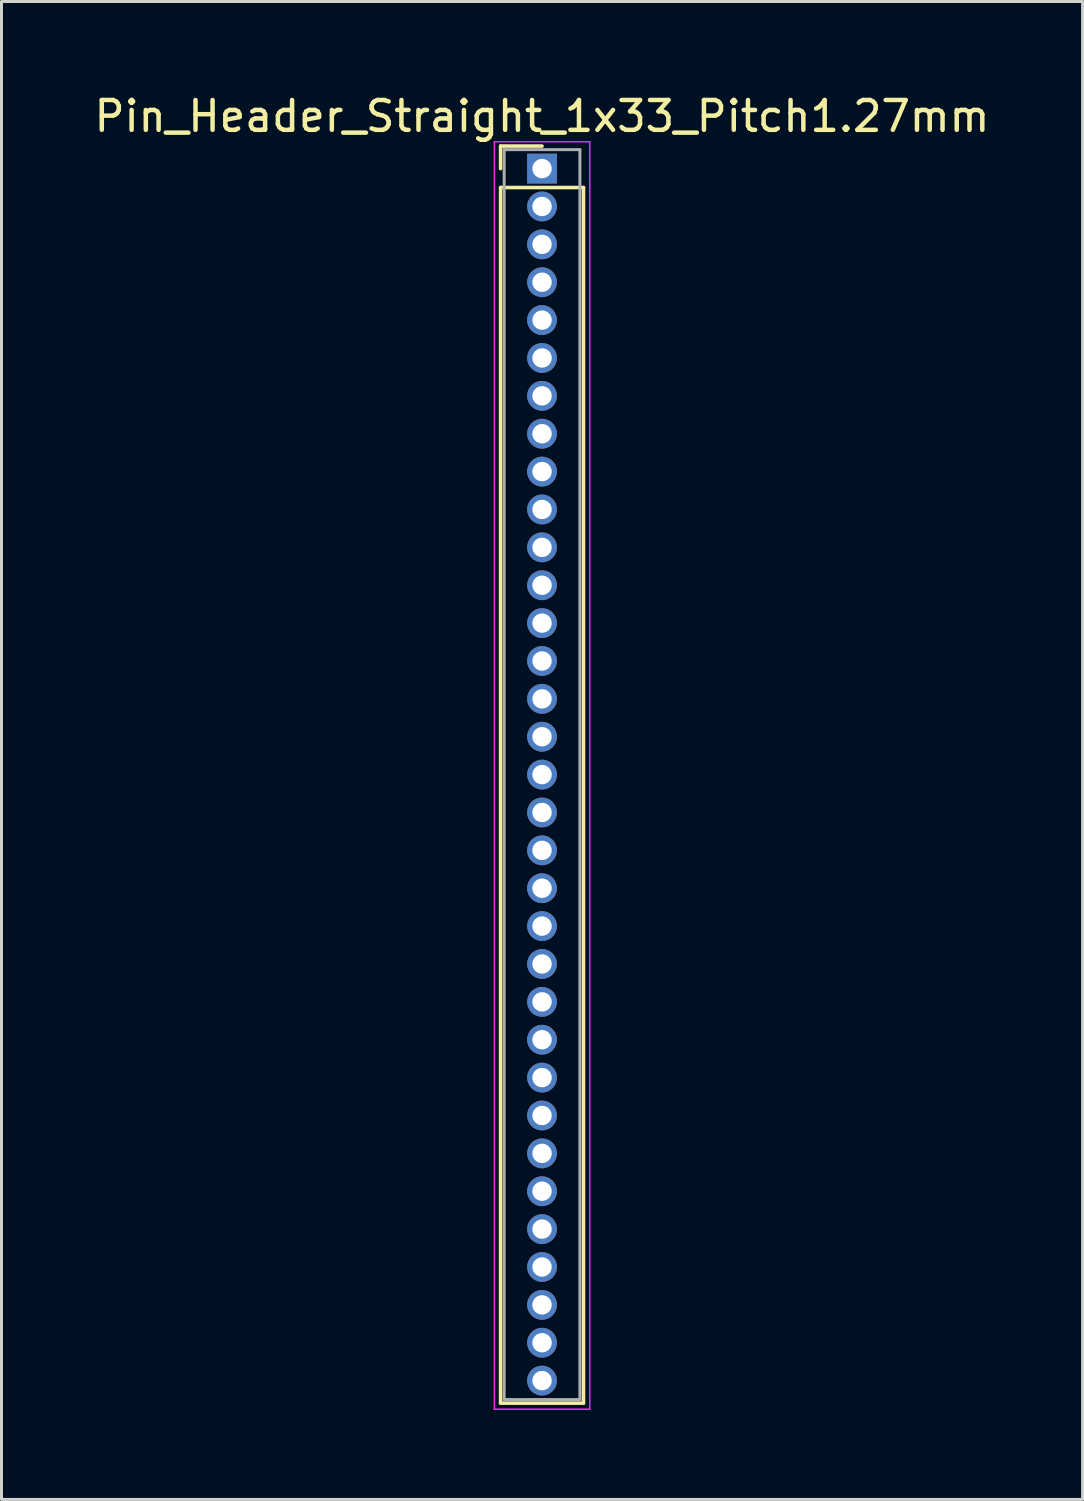
<source format=kicad_pcb>
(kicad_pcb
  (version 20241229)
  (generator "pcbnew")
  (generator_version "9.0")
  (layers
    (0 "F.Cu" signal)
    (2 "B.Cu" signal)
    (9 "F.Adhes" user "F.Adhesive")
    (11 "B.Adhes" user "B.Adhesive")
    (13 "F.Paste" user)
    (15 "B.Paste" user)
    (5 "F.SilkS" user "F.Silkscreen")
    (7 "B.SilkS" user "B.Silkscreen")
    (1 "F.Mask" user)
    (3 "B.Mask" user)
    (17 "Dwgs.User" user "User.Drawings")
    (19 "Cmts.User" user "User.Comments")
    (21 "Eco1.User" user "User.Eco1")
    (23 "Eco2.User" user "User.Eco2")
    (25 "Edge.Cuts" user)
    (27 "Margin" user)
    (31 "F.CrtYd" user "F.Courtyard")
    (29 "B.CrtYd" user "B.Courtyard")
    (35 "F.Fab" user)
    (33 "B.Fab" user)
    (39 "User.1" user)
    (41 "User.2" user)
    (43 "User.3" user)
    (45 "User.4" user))
  (footprint "Pin_Header_Straight_1x33_Pitch1.27mm"
    (layer "F.Cu")
    (at 15.125 2.603)
    (property "Reference" "Pin_Header_Straight_1x33_Pitch1.27mm" (at 0 -1.755 0) (layer "F.SilkS") (effects (font (size 1 1) (thickness 0.15))))
    (attr through_hole)
    (fp_line (start -1.39 -0.755) (end 0 -0.755) (stroke (width 0.12) (type solid)) (layer "F.SilkS"))
    (fp_line (start -1.39 0) (end -1.39 -0.755) (stroke (width 0.12) (type solid)) (layer "F.SilkS"))
    (fp_line (start -1.39 0.635) (end -1.39 41.395) (stroke (width 0.12) (type solid)) (layer "F.SilkS"))
    (fp_line (start -1.39 41.395) (end 1.39 41.395) (stroke (width 0.12) (type solid)) (layer "F.SilkS"))
    (fp_line (start 1.39 0.635) (end -1.39 0.635) (stroke (width 0.12) (type solid)) (layer "F.SilkS"))
    (fp_line (start 1.39 41.395) (end 1.39 0.635) (stroke (width 0.12) (type solid)) (layer "F.SilkS"))
    (fp_line (start -1.6 -0.9) (end -1.6 41.6) (stroke (width 0.05) (type solid)) (layer "F.CrtYd"))
    (fp_line (start -1.6 41.6) (end 1.6 41.6) (stroke (width 0.05) (type solid)) (layer "F.CrtYd"))
    (fp_line (start 1.6 -0.9) (end -1.6 -0.9) (stroke (width 0.05) (type solid)) (layer "F.CrtYd"))
    (fp_line (start 1.6 41.6) (end 1.6 -0.9) (stroke (width 0.05) (type solid)) (layer "F.CrtYd"))
    (fp_line (start -1.27 -0.635) (end -1.27 41.275) (stroke (width 0.1) (type solid)) (layer "F.Fab"))
    (fp_line (start -1.27 41.275) (end 1.27 41.275) (stroke (width 0.1) (type solid)) (layer "F.Fab"))
    (fp_line (start 1.27 -0.635) (end -1.27 -0.635) (stroke (width 0.1) (type solid)) (layer "F.Fab"))
    (fp_line (start 1.27 41.275) (end 1.27 -0.635) (stroke (width 0.1) (type solid)) (layer "F.Fab"))
    (pad "1" thru_hole rect (at 0 0) (size 1 1) (drill 0.65) (layers "*.Cu" "*.Mask"))
    (pad "2" thru_hole oval (at 0 1.27) (size 1 1) (drill 0.65) (layers "*.Cu" "*.Mask"))
    (pad "3" thru_hole oval (at 0 2.54) (size 1 1) (drill 0.65) (layers "*.Cu" "*.Mask"))
    (pad "4" thru_hole oval (at 0 3.81) (size 1 1) (drill 0.65) (layers "*.Cu" "*.Mask"))
    (pad "5" thru_hole oval (at 0 5.08) (size 1 1) (drill 0.65) (layers "*.Cu" "*.Mask"))
    (pad "6" thru_hole oval (at 0 6.35) (size 1 1) (drill 0.65) (layers "*.Cu" "*.Mask"))
    (pad "7" thru_hole oval (at 0 7.62) (size 1 1) (drill 0.65) (layers "*.Cu" "*.Mask"))
    (pad "8" thru_hole oval (at 0 8.89) (size 1 1) (drill 0.65) (layers "*.Cu" "*.Mask"))
    (pad "9" thru_hole oval (at 0 10.16) (size 1 1) (drill 0.65) (layers "*.Cu" "*.Mask"))
    (pad "10" thru_hole oval (at 0 11.43) (size 1 1) (drill 0.65) (layers "*.Cu" "*.Mask"))
    (pad "11" thru_hole oval (at 0 12.7) (size 1 1) (drill 0.65) (layers "*.Cu" "*.Mask"))
    (pad "12" thru_hole oval (at 0 13.97) (size 1 1) (drill 0.65) (layers "*.Cu" "*.Mask"))
    (pad "13" thru_hole oval (at 0 15.24) (size 1 1) (drill 0.65) (layers "*.Cu" "*.Mask"))
    (pad "14" thru_hole oval (at 0 16.51) (size 1 1) (drill 0.65) (layers "*.Cu" "*.Mask"))
    (pad "15" thru_hole oval (at 0 17.78) (size 1 1) (drill 0.65) (layers "*.Cu" "*.Mask"))
    (pad "16" thru_hole oval (at 0 19.05) (size 1 1) (drill 0.65) (layers "*.Cu" "*.Mask"))
    (pad "17" thru_hole oval (at 0 20.32) (size 1 1) (drill 0.65) (layers "*.Cu" "*.Mask"))
    (pad "18" thru_hole oval (at 0 21.59) (size 1 1) (drill 0.65) (layers "*.Cu" "*.Mask"))
    (pad "19" thru_hole oval (at 0 22.86) (size 1 1) (drill 0.65) (layers "*.Cu" "*.Mask"))
    (pad "20" thru_hole oval (at 0 24.13) (size 1 1) (drill 0.65) (layers "*.Cu" "*.Mask"))
    (pad "21" thru_hole oval (at 0 25.4) (size 1 1) (drill 0.65) (layers "*.Cu" "*.Mask"))
    (pad "22" thru_hole oval (at 0 26.67) (size 1 1) (drill 0.65) (layers "*.Cu" "*.Mask"))
    (pad "23" thru_hole oval (at 0 27.94) (size 1 1) (drill 0.65) (layers "*.Cu" "*.Mask"))
    (pad "24" thru_hole oval (at 0 29.21) (size 1 1) (drill 0.65) (layers "*.Cu" "*.Mask"))
    (pad "25" thru_hole oval (at 0 30.48) (size 1 1) (drill 0.65) (layers "*.Cu" "*.Mask"))
    (pad "26" thru_hole oval (at 0 31.75) (size 1 1) (drill 0.65) (layers "*.Cu" "*.Mask"))
    (pad "27" thru_hole oval (at 0 33.02) (size 1 1) (drill 0.65) (layers "*.Cu" "*.Mask"))
    (pad "28" thru_hole oval (at 0 34.29) (size 1 1) (drill 0.65) (layers "*.Cu" "*.Mask"))
    (pad "29" thru_hole oval (at 0 35.56) (size 1 1) (drill 0.65) (layers "*.Cu" "*.Mask"))
    (pad "30" thru_hole oval (at 0 36.83) (size 1 1) (drill 0.65) (layers "*.Cu" "*.Mask"))
    (pad "31" thru_hole oval (at 0 38.1) (size 1 1) (drill 0.65) (layers "*.Cu" "*.Mask"))
    (pad "32" thru_hole oval (at 0 39.37) (size 1 1) (drill 0.65) (layers "*.Cu" "*.Mask"))
    (pad "33" thru_hole oval (at 0 40.64) (size 1 1) (drill 0.65) (layers "*.Cu" "*.Mask")))
  (gr_rect
    (start -3 -3)
    (end 33.25 47.228)
    (stroke (width 0.1) (type default))
    (fill no)
    (layer "Edge.Cuts")))
</source>
